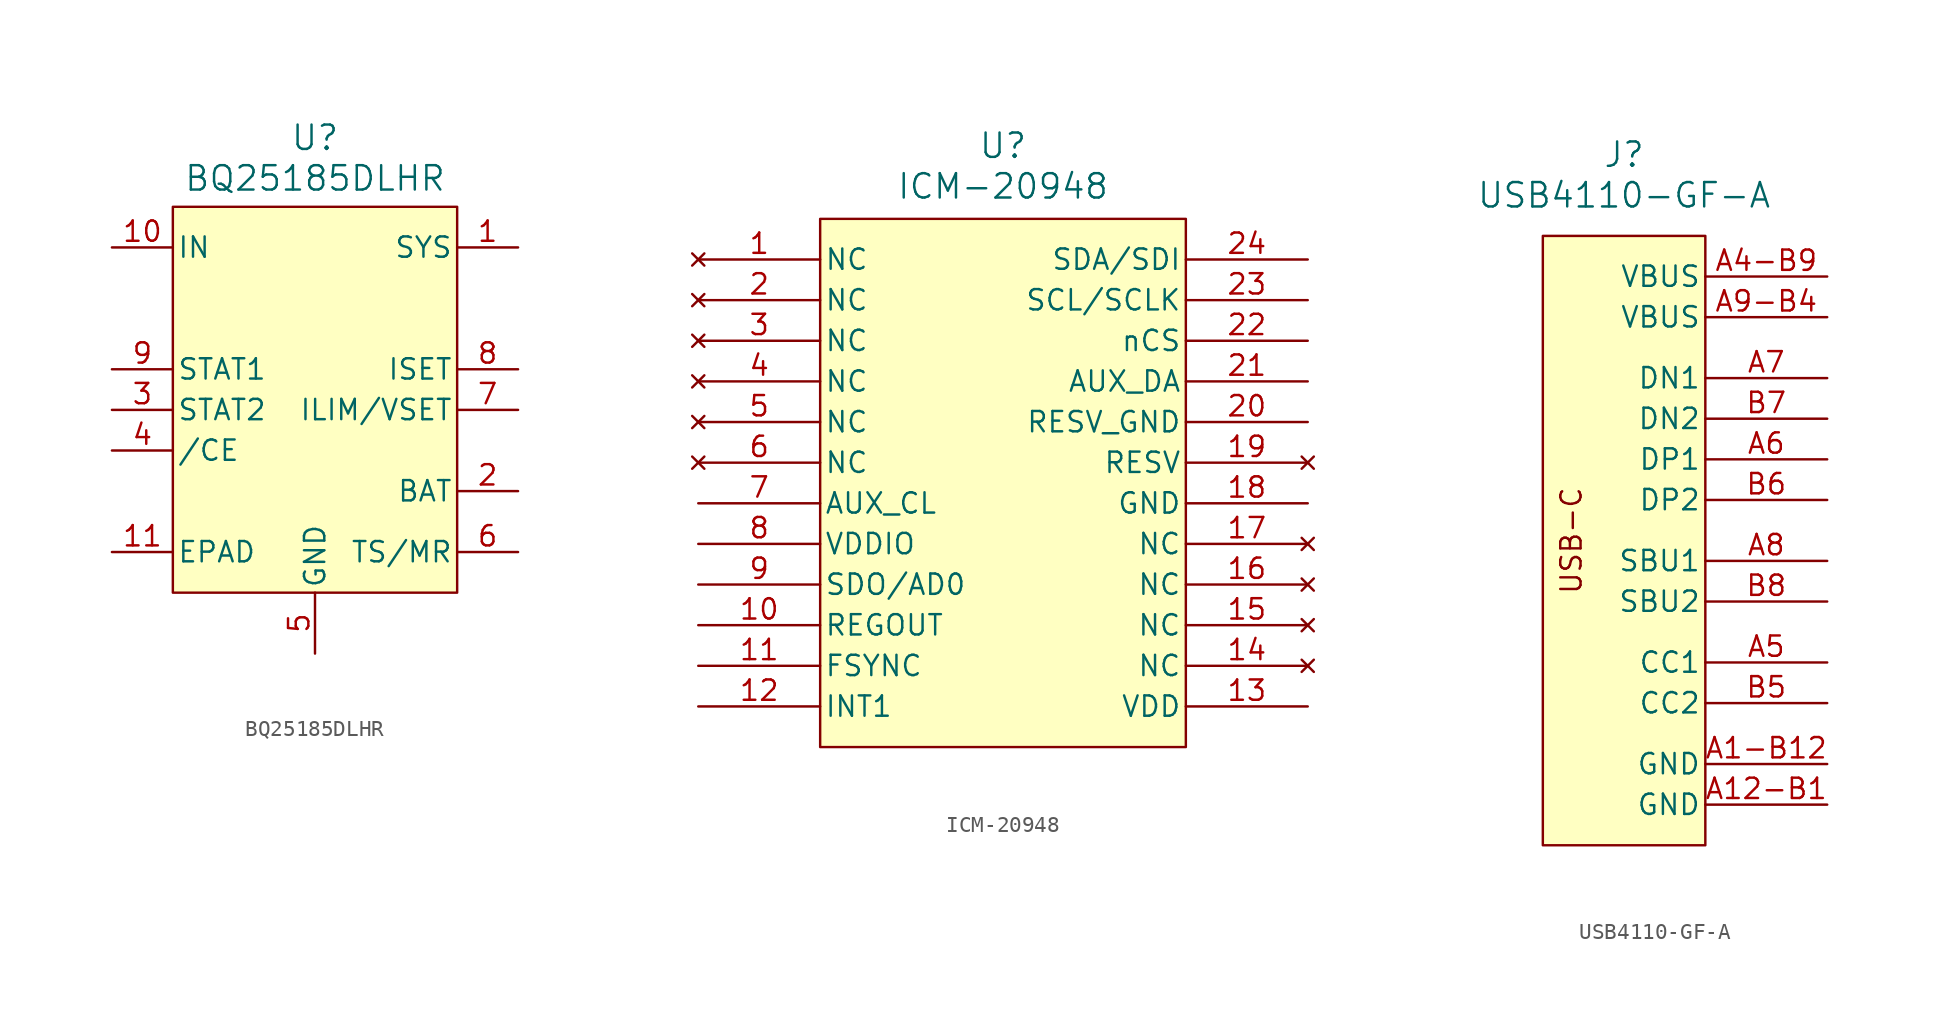
<source format=kicad_sym>
(kicad_symbol_lib
  (version 20231120)
  (generator "kicad_symbol_editor")
  (generator_version "8.0")
  (symbol "BQ25185DLHR"
    (pin_names
      (offset 0.254))
    (property "Reference" "U"
      (at 24.13 6.858 0)
      (effects (font (size 1.524 1.524))))
    (property "Value" "BQ25185DLHR"
      (at 24.13 4.318 0)
      (effects (font (size 1.524 1.524))))
    (symbol "BQ25185DLHR_1_1"
      (rectangle (start 15.24 2.54) (end 33.02 -21.59) (stroke (width 0) (type default)) (fill (type background)))
      (pin power_in line (at 36.83 0 180) (length 3.81) (name "SYS" (effects (font (size 1.27 1.27)))) (number "1" (effects (font (size 1.27 1.27)))))
      (pin input line (at 11.43 0 0) (length 3.81) (name "IN" (effects (font (size 1.27 1.27)))) (number "10" (effects (font (size 1.27 1.27)))))
      (pin unspecified line (at 11.43 -19.05 0) (length 3.81) (name "EPAD" (effects (font (size 1.27 1.27)))) (number "11" (effects (font (size 1.27 1.27)))))
      (pin power_in line (at 36.83 -15.24 180) (length 3.81) (name "BAT" (effects (font (size 1.27 1.27)))) (number "2" (effects (font (size 1.27 1.27)))))
      (pin output line (at 11.43 -10.16 0) (length 3.81) (name "STAT2" (effects (font (size 1.27 1.27)))) (number "3" (effects (font (size 1.27 1.27)))))
      (pin input line (at 11.43 -12.7 0) (length 3.81) (name "/CE" (effects (font (size 1.27 1.27)))) (number "4" (effects (font (size 1.27 1.27)))))
      (pin power_out line (at 24.13 -25.4 90) (length 3.81) (name "GND" (effects (font (size 1.27 1.27)))) (number "5" (effects (font (size 1.27 1.27)))))
      (pin bidirectional line (at 36.83 -19.05 180) (length 3.81) (name "TS/MR" (effects (font (size 1.27 1.27)))) (number "6" (effects (font (size 1.27 1.27)))))
      (pin bidirectional line (at 36.83 -10.16 180) (length 3.81) (name "ILIM/VSET" (effects (font (size 1.27 1.27)))) (number "7" (effects (font (size 1.27 1.27)))))
      (pin bidirectional line (at 36.83 -7.62 180) (length 3.81) (name "ISET" (effects (font (size 1.27 1.27)))) (number "8" (effects (font (size 1.27 1.27)))))
      (pin output line (at 11.43 -7.62 0) (length 3.81) (name "STAT1" (effects (font (size 1.27 1.27)))) (number "9" (effects (font (size 1.27 1.27)))))))
  (symbol "ICM-20948"
    (pin_names
      (offset 0.254))
    (property "Reference" "U"
      (at 27.94 7.112 0)
      (effects (font (size 1.524 1.524))))
    (property "Value" "ICM-20948"
      (at 27.94 4.572 0)
      (effects (font (size 1.524 1.524))))
    (symbol "ICM-20948_0_1"
      (pin no_connect line (at 8.89 0 0) (length 7.62) (name "NC" (effects (font (size 1.27 1.27)))) (number "1" (effects (font (size 1.27 1.27)))))
      (pin output line (at 8.89 -22.86 0) (length 7.62) (name "REGOUT" (effects (font (size 1.27 1.27)))) (number "10" (effects (font (size 1.27 1.27)))))
      (pin input line (at 8.89 -25.4 0) (length 7.62) (name "FSYNC" (effects (font (size 1.27 1.27)))) (number "11" (effects (font (size 1.27 1.27)))))
      (pin output line (at 8.89 -27.94 0) (length 7.62) (name "INT1" (effects (font (size 1.27 1.27)))) (number "12" (effects (font (size 1.27 1.27)))))
      (pin power_in line (at 46.99 -27.94 180) (length 7.62) (name "VDD" (effects (font (size 1.27 1.27)))) (number "13" (effects (font (size 1.27 1.27)))))
      (pin no_connect line (at 46.99 -25.4 180) (length 7.62) (name "NC" (effects (font (size 1.27 1.27)))) (number "14" (effects (font (size 1.27 1.27)))))
      (pin no_connect line (at 46.99 -22.86 180) (length 7.62) (name "NC" (effects (font (size 1.27 1.27)))) (number "15" (effects (font (size 1.27 1.27)))))
      (pin no_connect line (at 46.99 -20.32 180) (length 7.62) (name "NC" (effects (font (size 1.27 1.27)))) (number "16" (effects (font (size 1.27 1.27)))))
      (pin no_connect line (at 46.99 -17.78 180) (length 7.62) (name "NC" (effects (font (size 1.27 1.27)))) (number "17" (effects (font (size 1.27 1.27)))))
      (pin power_out line (at 46.99 -15.24 180) (length 7.62) (name "GND" (effects (font (size 1.27 1.27)))) (number "18" (effects (font (size 1.27 1.27)))))
      (pin no_connect line (at 46.99 -12.7 180) (length 7.62) (name "RESV" (effects (font (size 1.27 1.27)))) (number "19" (effects (font (size 1.27 1.27)))))
      (pin no_connect line (at 8.89 -2.54 0) (length 7.62) (name "NC" (effects (font (size 1.27 1.27)))) (number "2" (effects (font (size 1.27 1.27)))))
      (pin power_out line (at 46.99 -10.16 180) (length 7.62) (name "RESV_GND" (effects (font (size 1.27 1.27)))) (number "20" (effects (font (size 1.27 1.27)))))
      (pin unspecified line (at 46.99 -7.62 180) (length 7.62) (name "AUX_DA" (effects (font (size 1.27 1.27)))) (number "21" (effects (font (size 1.27 1.27)))))
      (pin input line (at 46.99 -5.08 180) (length 7.62) (name "nCS" (effects (font (size 1.27 1.27)))) (number "22" (effects (font (size 1.27 1.27)))))
      (pin input line (at 46.99 -2.54 180) (length 7.62) (name "SCL/SCLK" (effects (font (size 1.27 1.27)))) (number "23" (effects (font (size 1.27 1.27)))))
      (pin input line (at 46.99 0 180) (length 7.62) (name "SDA/SDI" (effects (font (size 1.27 1.27)))) (number "24" (effects (font (size 1.27 1.27)))))
      (pin no_connect line (at 8.89 -5.08 0) (length 7.62) (name "NC" (effects (font (size 1.27 1.27)))) (number "3" (effects (font (size 1.27 1.27)))))
      (pin no_connect line (at 8.89 -7.62 0) (length 7.62) (name "NC" (effects (font (size 1.27 1.27)))) (number "4" (effects (font (size 1.27 1.27)))))
      (pin no_connect line (at 8.89 -10.16 0) (length 7.62) (name "NC" (effects (font (size 1.27 1.27)))) (number "5" (effects (font (size 1.27 1.27)))))
      (pin no_connect line (at 8.89 -12.7 0) (length 7.62) (name "NC" (effects (font (size 1.27 1.27)))) (number "6" (effects (font (size 1.27 1.27)))))
      (pin unspecified line (at 8.89 -15.24 0) (length 7.62) (name "AUX_CL" (effects (font (size 1.27 1.27)))) (number "7" (effects (font (size 1.27 1.27)))))
      (pin power_in line (at 8.89 -17.78 0) (length 7.62) (name "VDDIO" (effects (font (size 1.27 1.27)))) (number "8" (effects (font (size 1.27 1.27)))))
      (pin bidirectional line (at 8.89 -20.32 0) (length 7.62) (name "SDO/AD0" (effects (font (size 1.27 1.27)))) (number "9" (effects (font (size 1.27 1.27))))))
    (symbol "ICM-20948_1_1"
      (rectangle (start 16.51 2.54) (end 39.37 -30.48) (stroke (width 0) (type default)) (fill (type background)))))
  (symbol "USB4110-GF-A"
    (pin_names
      (offset 0.254))
    (property "Reference" "J"
      (at 20.32 10.16 0)
      (effects (font (size 1.524 1.524))))
    (property "Value" "USB4110-GF-A"
      (at 20.32 7.62 0)
      (effects (font (size 1.524 1.524))))
    (symbol "USB4110-GF-A_0_1"
      (pin power_out line (at 33.02 -27.94 180) (length 7.62) (name "GND" (effects (font (size 1.27 1.27)))) (number "A1-B12" (effects (font (size 1.27 1.27)))))
      (pin power_out line (at 33.02 -30.48 180) (length 7.62) (name "GND" (effects (font (size 1.27 1.27)))) (number "A12-B1" (effects (font (size 1.27 1.27)))))
      (pin bidirectional line (at 33.02 -21.59 180) (length 7.62) (name "CC1" (effects (font (size 1.27 1.27)))) (number "A5" (effects (font (size 1.27 1.27)))))
      (pin bidirectional line (at 33.02 -8.89 180) (length 7.62) (name "DP1" (effects (font (size 1.27 1.27)))) (number "A6" (effects (font (size 1.27 1.27)))))
      (pin bidirectional line (at 33.02 -3.81 180) (length 7.62) (name "DN1" (effects (font (size 1.27 1.27)))) (number "A7" (effects (font (size 1.27 1.27)))))
      (pin bidirectional line (at 33.02 -15.24 180) (length 7.62) (name "SBU1" (effects (font (size 1.27 1.27)))) (number "A8" (effects (font (size 1.27 1.27)))))
      (pin bidirectional line (at 33.02 -24.13 180) (length 7.62) (name "CC2" (effects (font (size 1.27 1.27)))) (number "B5" (effects (font (size 1.27 1.27)))))
      (pin bidirectional line (at 33.02 -11.43 180) (length 7.62) (name "DP2" (effects (font (size 1.27 1.27)))) (number "B6" (effects (font (size 1.27 1.27)))))
      (pin bidirectional line (at 33.02 -6.35 180) (length 7.62) (name "DN2" (effects (font (size 1.27 1.27)))) (number "B7" (effects (font (size 1.27 1.27)))))
      (pin bidirectional line (at 33.02 -17.78 180) (length 7.62) (name "SBU2" (effects (font (size 1.27 1.27)))) (number "B8" (effects (font (size 1.27 1.27))))))
    (symbol "USB4110-GF-A_1_1"
      (rectangle (start 15.24 5.08) (end 25.4 -33.02) (stroke (width 0) (type default)) (fill (type background)))
      (text "USB-C" (at 17.018 -13.97 900) (effects (font (size 1.27 1.27))))
      (pin power_out line (at 33.02 2.54 180) (length 7.62) (name "VBUS" (effects (font (size 1.27 1.27)))) (number "A4-B9" (effects (font (size 1.27 1.27)))))
      (pin power_out line (at 33.02 0 180) (length 7.62) (name "VBUS" (effects (font (size 1.27 1.27)))) (number "A9-B4" (effects (font (size 1.27 1.27))))))))
</source>
